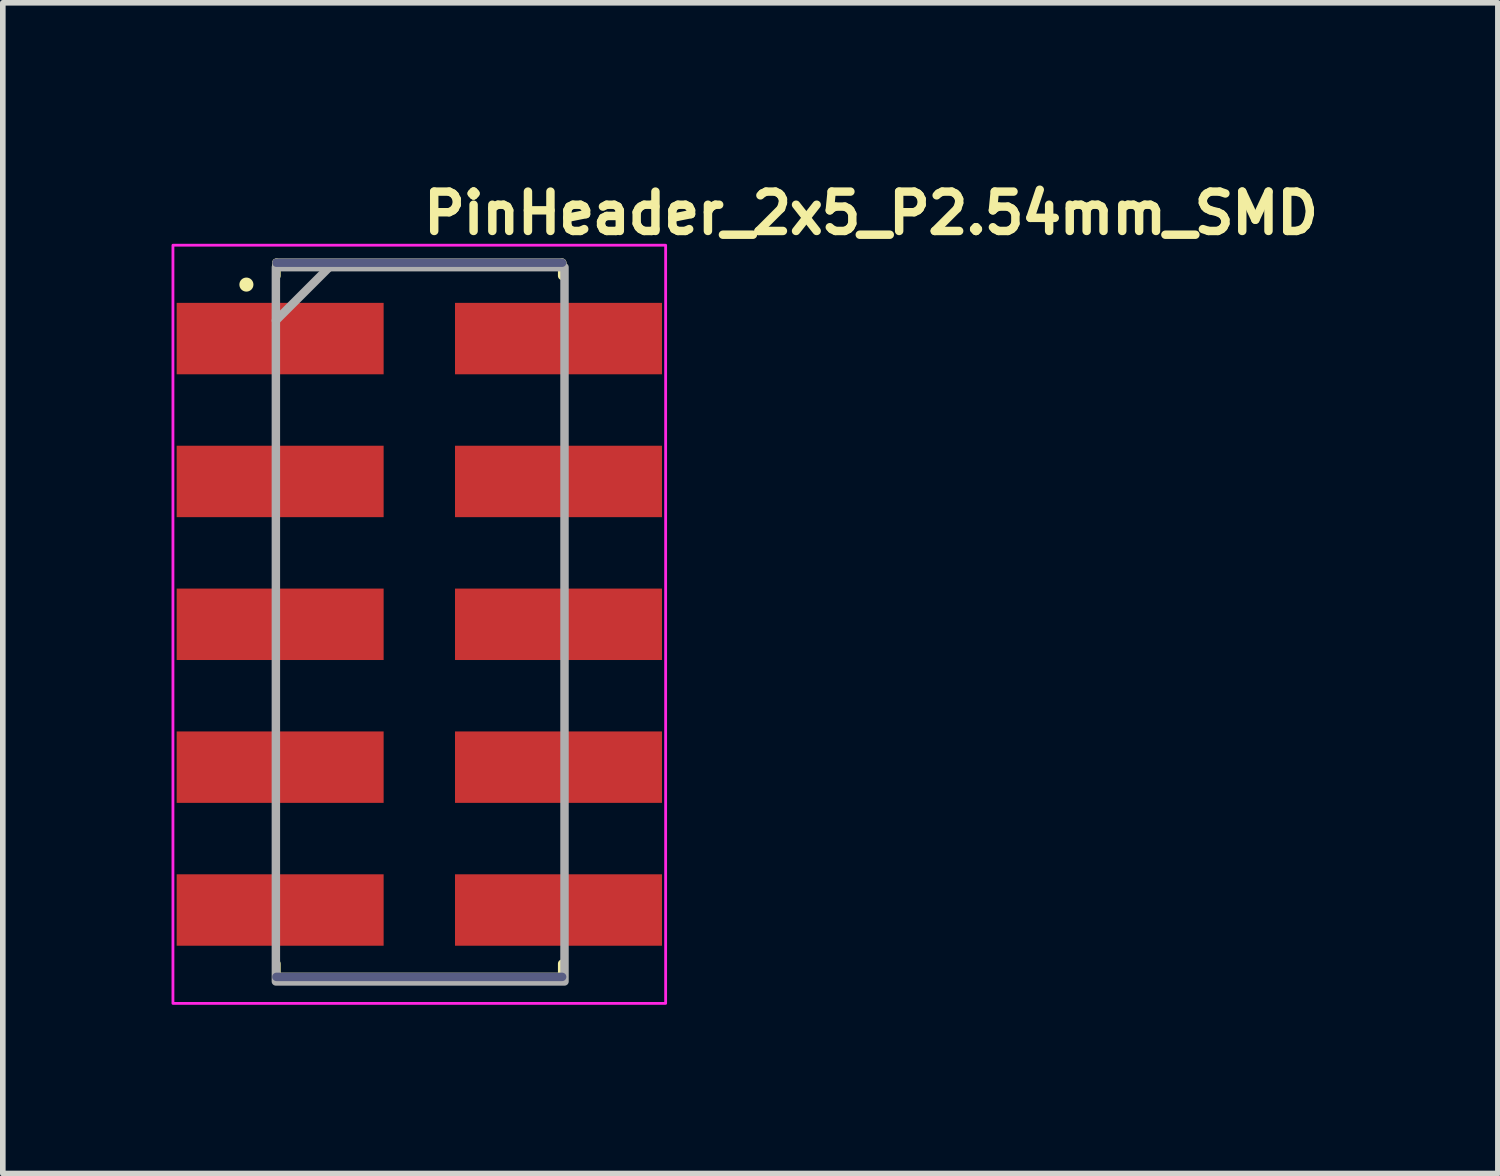
<source format=kicad_pcb>
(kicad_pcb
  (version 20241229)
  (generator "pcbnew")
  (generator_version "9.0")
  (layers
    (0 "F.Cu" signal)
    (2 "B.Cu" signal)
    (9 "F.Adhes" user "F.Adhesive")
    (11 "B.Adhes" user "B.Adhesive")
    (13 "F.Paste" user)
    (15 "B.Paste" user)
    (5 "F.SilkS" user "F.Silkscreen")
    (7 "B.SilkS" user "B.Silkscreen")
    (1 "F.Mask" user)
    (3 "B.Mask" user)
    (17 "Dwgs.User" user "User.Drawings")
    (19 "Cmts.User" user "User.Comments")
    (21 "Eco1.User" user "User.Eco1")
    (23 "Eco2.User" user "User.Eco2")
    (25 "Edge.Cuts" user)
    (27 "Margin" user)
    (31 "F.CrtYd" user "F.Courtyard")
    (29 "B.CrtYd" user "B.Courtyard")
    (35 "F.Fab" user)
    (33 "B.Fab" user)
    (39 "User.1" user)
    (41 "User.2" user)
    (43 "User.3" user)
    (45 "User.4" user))
  (footprint "PinHeader_2x5_P2.54mm_SMD"
    (layer "F.Cu")
    (at 4.405 8.05)
    (property "Reference" "PinHeader_2x5_P2.54mm_SMD" (at 0 -6.9 0) (unlocked yes) (layer "F.SilkS") (effects (font (size 0.7 0.7) (thickness 0.15)) (justify left bottom)))
    (attr smd)
    (fp_line (start -2.54 -6.429) (end -2.54 -6.195) (stroke (width 0.15) (type solid)) (layer "F.SilkS"))
    (fp_line (start -2.54 -6.429) (end 2.54 -6.429) (stroke (width 0.15) (type solid)) (layer "F.SilkS"))
    (fp_line (start -2.54 6.034) (end -2.54 6.269) (stroke (width 0.15) (type solid)) (layer "F.SilkS"))
    (fp_line (start -2.54 6.269) (end 2.54 6.269) (stroke (width 0.15) (type solid)) (layer "F.SilkS"))
    (fp_line (start 2.54 -6.429) (end 2.54 -6.195) (stroke (width 0.15) (type solid)) (layer "F.SilkS"))
    (fp_line (start 2.54 6.034) (end 2.54 6.269) (stroke (width 0.15) (type solid)) (layer "F.SilkS"))
    (fp_circle (center -3.074 -6.04) (end -3.074 -5.99) (stroke (width 0.15) (type solid)) (fill yes) (layer "F.SilkS"))
    (fp_line (start -0.499 -0.005) (end 0.499 -0.005) (stroke (width 0.1) (type solid)) (layer "Eco1.User"))
    (fp_line (start 0 -0.504) (end 0 0.494) (stroke (width 0.1) (type solid)) (layer "Eco1.User"))
    (fp_rect (start 4.38 -6.74) (end -4.38 6.74) (stroke (width 0.05) (type solid)) (fill no) (layer "F.CrtYd"))
    (fp_line (start -2.54 -6.429) (end 2.54 -6.429) (stroke (width 0.15) (type solid)) (layer "B.Fab"))
    (fp_line (start -2.54 6.269) (end 2.54 6.269) (stroke (width 0.15) (type solid)) (layer "B.Fab"))
    (fp_line (start -1.6 -6.35) (end -2.55 -5.4) (stroke (width 0.15) (type solid)) (layer "F.Fab"))
    (fp_rect (start 2.582 -6.349) (end -2.55 6.35) (stroke (width 0.15) (type solid)) (fill no) (layer "F.Fab"))
    (fp_rect (start 3.682 -6.349) (end -3.682 6.349) (stroke (width 0.1) (type solid)) (fill no) (layer "User.5"))
    (fp_line (start -3.682 -4.944) (end -3.682 -5.21) (stroke (width 0.02) (type solid)) (layer "User.9"))
    (fp_line (start -3.682 -4.944) (end -3.174 -4.759) (stroke (width 0.02) (type solid)) (layer "User.9"))
    (fp_line (start -3.682 -2.404) (end -3.682 -2.67) (stroke (width 0.02) (type solid)) (layer "User.9"))
    (fp_line (start -3.682 -2.404) (end -3.174 -2.219) (stroke (width 0.02) (type solid)) (layer "User.9"))
    (fp_line (start -3.682 0.135) (end -3.682 -0.13) (stroke (width 0.02) (type solid)) (layer "User.9"))
    (fp_line (start -3.682 0.135) (end -3.174 0.32) (stroke (width 0.02) (type solid)) (layer "User.9"))
    (fp_line (start -3.682 2.674) (end -3.682 2.408) (stroke (width 0.02) (type solid)) (layer "User.9"))
    (fp_line (start -3.682 2.674) (end -3.174 2.86) (stroke (width 0.02) (type solid)) (layer "User.9"))
    (fp_line (start -3.682 5.215) (end -3.682 4.949) (stroke (width 0.02) (type solid)) (layer "User.9"))
    (fp_line (start -3.682 5.215) (end -3.174 5.4) (stroke (width 0.02) (type solid)) (layer "User.9"))
    (fp_line (start -3.174 -5.394) (end -3.682 -5.21) (stroke (width 0.02) (type solid)) (layer "User.9"))
    (fp_line (start -3.174 -4.759) (end -3.174 -5.394) (stroke (width 0.02) (type solid)) (layer "User.9"))
    (fp_line (start -3.174 -2.854) (end -3.682 -2.67) (stroke (width 0.02) (type solid)) (layer "User.9"))
    (fp_line (start -3.174 -2.219) (end -3.174 -2.854) (stroke (width 0.02) (type solid)) (layer "User.9"))
    (fp_line (start -3.174 -0.314) (end -3.682 -0.13) (stroke (width 0.02) (type solid)) (layer "User.9"))
    (fp_line (start -3.174 0.32) (end -3.174 -0.314) (stroke (width 0.02) (type solid)) (layer "User.9"))
    (fp_line (start -3.174 2.225) (end -3.682 2.408) (stroke (width 0.02) (type solid)) (layer "User.9"))
    (fp_line (start -3.174 2.86) (end -3.174 2.225) (stroke (width 0.02) (type solid)) (layer "User.9"))
    (fp_line (start -3.174 4.765) (end -3.682 4.949) (stroke (width 0.02) (type solid)) (layer "User.9"))
    (fp_line (start -3.174 5.4) (end -3.174 4.765) (stroke (width 0.02) (type solid)) (layer "User.9"))
    (fp_line (start -2.54 -5.778) (end -2.54 -4.381) (stroke (width 0.02) (type solid)) (layer "User.9"))
    (fp_line (start -2.54 -5.778) (end -1.651 -6.159) (stroke (width 0.02) (type solid)) (layer "User.9"))
    (fp_line (start -2.54 -5.394) (end -3.174 -5.394) (stroke (width 0.02) (type solid)) (layer "User.9"))
    (fp_line (start -2.54 -4.759) (end -3.174 -4.759) (stroke (width 0.02) (type solid)) (layer "User.9"))
    (fp_line (start -2.54 -3.238) (end -2.54 -1.841) (stroke (width 0.02) (type solid)) (layer "User.9"))
    (fp_line (start -2.54 -3.238) (end -1.651 -3.619) (stroke (width 0.02) (type solid)) (layer "User.9"))
    (fp_line (start -2.54 -2.854) (end -3.174 -2.854) (stroke (width 0.02) (type solid)) (layer "User.9"))
    (fp_line (start -2.54 -2.219) (end -3.174 -2.219) (stroke (width 0.02) (type solid)) (layer "User.9"))
    (fp_line (start -2.54 -0.697) (end -2.54 0.698) (stroke (width 0.02) (type solid)) (layer "User.9"))
    (fp_line (start -2.54 -0.697) (end -1.651 -1.079) (stroke (width 0.02) (type solid)) (layer "User.9"))
    (fp_line (start -2.54 -0.314) (end -3.174 -0.314) (stroke (width 0.02) (type solid)) (layer "User.9"))
    (fp_line (start -2.54 0.32) (end -3.174 0.32) (stroke (width 0.02) (type solid)) (layer "User.9"))
    (fp_line (start -2.54 1.841) (end -2.54 3.238) (stroke (width 0.02) (type solid)) (layer "User.9"))
    (fp_line (start -2.54 1.841) (end -1.651 1.46) (stroke (width 0.02) (type solid)) (layer "User.9"))
    (fp_line (start -2.54 2.225) (end -3.174 2.225) (stroke (width 0.02) (type solid)) (layer "User.9"))
    (fp_line (start -2.54 2.86) (end -3.174 2.86) (stroke (width 0.02) (type solid)) (layer "User.9"))
    (fp_line (start -2.54 4.381) (end -2.54 5.778) (stroke (width 0.02) (type solid)) (layer "User.9"))
    (fp_line (start -2.54 4.381) (end -1.651 4) (stroke (width 0.02) (type solid)) (layer "User.9"))
    (fp_line (start -2.54 4.765) (end -3.174 4.765) (stroke (width 0.02) (type solid)) (layer "User.9"))
    (fp_line (start -2.54 5.4) (end -3.174 5.4) (stroke (width 0.02) (type solid)) (layer "User.9"))
    (fp_line (start -1.651 -6.159) (end -0.146 -6.159) (stroke (width 0.02) (type solid)) (layer "User.9"))
    (fp_line (start -1.651 -4) (end -2.54 -4.381) (stroke (width 0.02) (type solid)) (layer "User.9"))
    (fp_line (start -1.651 -3.619) (end -0.146 -3.619) (stroke (width 0.02) (type solid)) (layer "User.9"))
    (fp_line (start -1.651 -1.46) (end -2.54 -1.841) (stroke (width 0.02) (type solid)) (layer "User.9"))
    (fp_line (start -1.651 -1.079) (end -0.146 -1.079) (stroke (width 0.02) (type solid)) (layer "User.9"))
    (fp_line (start -1.651 1.079) (end -2.54 0.698) (stroke (width 0.02) (type solid)) (layer "User.9"))
    (fp_line (start -1.651 1.46) (end -0.146 1.46) (stroke (width 0.02) (type solid)) (layer "User.9"))
    (fp_line (start -1.651 3.619) (end -2.54 3.238) (stroke (width 0.02) (type solid)) (layer "User.9"))
    (fp_line (start -1.651 4) (end -0.146 4) (stroke (width 0.02) (type solid)) (layer "User.9"))
    (fp_line (start -1.651 6.159) (end -2.54 5.778) (stroke (width 0.02) (type solid)) (layer "User.9"))
    (fp_line (start -1.587 -5.394) (end -0.952 -5.394) (stroke (width 0.02) (type solid)) (layer "User.9"))
    (fp_line (start -1.587 -4.759) (end -1.587 -5.394) (stroke (width 0.02) (type solid)) (layer "User.9"))
    (fp_line (start -1.587 -4.759) (end -1.402 -4.944) (stroke (width 0.02) (type solid)) (layer "User.9"))
    (fp_line (start -1.587 -2.854) (end -0.952 -2.854) (stroke (width 0.02) (type solid)) (layer "User.9"))
    (fp_line (start -1.587 -2.219) (end -1.587 -2.854) (stroke (width 0.02) (type solid)) (layer "User.9"))
    (fp_line (start -1.587 -2.219) (end -1.402 -2.404) (stroke (width 0.02) (type solid)) (layer "User.9"))
    (fp_line (start -1.587 -0.314) (end -0.952 -0.314) (stroke (width 0.02) (type solid)) (layer "User.9"))
    (fp_line (start -1.587 0.32) (end -1.587 -0.314) (stroke (width 0.02) (type solid)) (layer "User.9"))
    (fp_line (start -1.587 0.32) (end -1.402 0.135) (stroke (width 0.02) (type solid)) (layer "User.9"))
    (fp_line (start -1.587 2.225) (end -0.952 2.225) (stroke (width 0.02) (type solid)) (layer "User.9"))
    (fp_line (start -1.587 2.86) (end -1.587 2.225) (stroke (width 0.02) (type solid)) (layer "User.9"))
    (fp_line (start -1.587 2.86) (end -1.402 2.674) (stroke (width 0.02) (type solid)) (layer "User.9"))
    (fp_line (start -1.587 4.765) (end -0.952 4.765) (stroke (width 0.02) (type solid)) (layer "User.9"))
    (fp_line (start -1.587 5.4) (end -1.587 4.765) (stroke (width 0.02) (type solid)) (layer "User.9"))
    (fp_line (start -1.587 5.4) (end -1.402 5.215) (stroke (width 0.02) (type solid)) (layer "User.9"))
    (fp_line (start -1.402 -5.21) (end -1.587 -5.394) (stroke (width 0.02) (type solid)) (layer "User.9"))
    (fp_line (start -1.402 -4.944) (end -1.402 -5.21) (stroke (width 0.02) (type solid)) (layer "User.9"))
    (fp_line (start -1.402 -4.944) (end -1.137 -4.944) (stroke (width 0.02) (type solid)) (layer "User.9"))
    (fp_line (start -1.402 -2.67) (end -1.587 -2.854) (stroke (width 0.02) (type solid)) (layer "User.9"))
    (fp_line (start -1.402 -2.404) (end -1.402 -2.67) (stroke (width 0.02) (type solid)) (layer "User.9"))
    (fp_line (start -1.402 -2.404) (end -1.137 -2.404) (stroke (width 0.02) (type solid)) (layer "User.9"))
    (fp_line (start -1.402 -0.13) (end -1.587 -0.314) (stroke (width 0.02) (type solid)) (layer "User.9"))
    (fp_line (start -1.402 0.135) (end -1.402 -0.13) (stroke (width 0.02) (type solid)) (layer "User.9"))
    (fp_line (start -1.402 0.135) (end -1.137 0.135) (stroke (width 0.02) (type solid)) (layer "User.9"))
    (fp_line (start -1.402 2.408) (end -1.587 2.225) (stroke (width 0.02) (type solid)) (layer "User.9"))
    (fp_line (start -1.402 2.674) (end -1.402 2.408) (stroke (width 0.02) (type solid)) (layer "User.9"))
    (fp_line (start -1.402 2.674) (end -1.137 2.674) (stroke (width 0.02) (type solid)) (layer "User.9"))
    (fp_line (start -1.402 4.949) (end -1.587 4.765) (stroke (width 0.02) (type solid)) (layer "User.9"))
    (fp_line (start -1.402 5.215) (end -1.402 4.949) (stroke (width 0.02) (type solid)) (layer "User.9"))
    (fp_line (start -1.402 5.215) (end -1.137 5.215) (stroke (width 0.02) (type solid)) (layer "User.9"))
    (fp_line (start -1.137 -5.21) (end -1.402 -5.21) (stroke (width 0.02) (type solid)) (layer "User.9"))
    (fp_line (start -1.137 -4.944) (end -1.137 -5.21) (stroke (width 0.02) (type solid)) (layer "User.9"))
    (fp_line (start -1.137 -4.944) (end -0.952 -4.759) (stroke (width 0.02) (type solid)) (layer "User.9"))
    (fp_line (start -1.137 -2.67) (end -1.402 -2.67) (stroke (width 0.02) (type solid)) (layer "User.9"))
    (fp_line (start -1.137 -2.404) (end -1.137 -2.67) (stroke (width 0.02) (type solid)) (layer "User.9"))
    (fp_line (start -1.137 -2.404) (end -0.952 -2.219) (stroke (width 0.02) (type solid)) (layer "User.9"))
    (fp_line (start -1.137 -0.13) (end -1.402 -0.13) (stroke (width 0.02) (type solid)) (layer "User.9"))
    (fp_line (start -1.137 0.135) (end -1.137 -0.13) (stroke (width 0.02) (type solid)) (layer "User.9"))
    (fp_line (start -1.137 0.135) (end -0.952 0.32) (stroke (width 0.02) (type solid)) (layer "User.9"))
    (fp_line (start -1.137 2.408) (end -1.402 2.408) (stroke (width 0.02) (type solid)) (layer "User.9"))
    (fp_line (start -1.137 2.674) (end -1.137 2.408) (stroke (width 0.02) (type solid)) (layer "User.9"))
    (fp_line (start -1.137 2.674) (end -0.952 2.86) (stroke (width 0.02) (type solid)) (layer "User.9"))
    (fp_line (start -1.137 4.949) (end -1.402 4.949) (stroke (width 0.02) (type solid)) (layer "User.9"))
    (fp_line (start -1.137 5.215) (end -1.137 4.949) (stroke (width 0.02) (type solid)) (layer "User.9"))
    (fp_line (start -1.137 5.215) (end -0.952 5.4) (stroke (width 0.02) (type solid)) (layer "User.9"))
    (fp_line (start -0.952 -5.394) (end -1.137 -5.21) (stroke (width 0.02) (type solid)) (layer "User.9"))
    (fp_line (start -0.952 -4.759) (end -1.587 -4.759) (stroke (width 0.02) (type solid)) (layer "User.9"))
    (fp_line (start -0.952 -4.759) (end -0.952 -5.394) (stroke (width 0.02) (type solid)) (layer "User.9"))
    (fp_line (start -0.952 -2.854) (end -1.137 -2.67) (stroke (width 0.02) (type solid)) (layer "User.9"))
    (fp_line (start -0.952 -2.219) (end -1.587 -2.219) (stroke (width 0.02) (type solid)) (layer "User.9"))
    (fp_line (start -0.952 -2.219) (end -0.952 -2.854) (stroke (width 0.02) (type solid)) (layer "User.9"))
    (fp_line (start -0.952 -0.314) (end -1.137 -0.13) (stroke (width 0.02) (type solid)) (layer "User.9"))
    (fp_line (start -0.952 0.32) (end -1.587 0.32) (stroke (width 0.02) (type solid)) (layer "User.9"))
    (fp_line (start -0.952 0.32) (end -0.952 -0.314) (stroke (width 0.02) (type solid)) (layer "User.9"))
    (fp_line (start -0.952 2.225) (end -1.137 2.408) (stroke (width 0.02) (type solid)) (layer "User.9"))
    (fp_line (start -0.952 2.86) (end -1.587 2.86) (stroke (width 0.02) (type solid)) (layer "User.9"))
    (fp_line (start -0.952 2.86) (end -0.952 2.225) (stroke (width 0.02) (type solid)) (layer "User.9"))
    (fp_line (start -0.952 4.765) (end -1.137 4.949) (stroke (width 0.02) (type solid)) (layer "User.9"))
    (fp_line (start -0.952 5.4) (end -1.587 5.4) (stroke (width 0.02) (type solid)) (layer "User.9"))
    (fp_line (start -0.952 5.4) (end -0.952 4.765) (stroke (width 0.02) (type solid)) (layer "User.9"))
    (fp_line (start -0.762 -6.349) (end -0.762 -6.159) (stroke (width 0.02) (type solid)) (layer "User.9"))
    (fp_line (start -0.762 -4) (end -0.762 -3.619) (stroke (width 0.02) (type solid)) (layer "User.9"))
    (fp_line (start -0.762 -1.46) (end -0.762 -1.079) (stroke (width 0.02) (type solid)) (layer "User.9"))
    (fp_line (start -0.762 1.079) (end -0.762 1.46) (stroke (width 0.02) (type solid)) (layer "User.9"))
    (fp_line (start -0.762 3.619) (end -0.762 4) (stroke (width 0.02) (type solid)) (layer "User.9"))
    (fp_line (start -0.762 6.159) (end -0.762 6.349) (stroke (width 0.02) (type solid)) (layer "User.9"))
    (fp_line (start -0.762 6.349) (end 0.762 6.349) (stroke (width 0.02) (type solid)) (layer "User.9"))
    (fp_line (start -0.146 -6.159) (end -0.146 -5.715) (stroke (width 0.02) (type solid)) (layer "User.9"))
    (fp_line (start -0.146 -5.715) (end 0.146 -5.715) (stroke (width 0.02) (type solid)) (layer "User.9"))
    (fp_line (start -0.146 -4.445) (end -0.146 -4) (stroke (width 0.02) (type solid)) (layer "User.9"))
    (fp_line (start -0.146 -4) (end -1.651 -4) (stroke (width 0.02) (type solid)) (layer "User.9"))
    (fp_line (start -0.146 -3.619) (end -0.146 -3.175) (stroke (width 0.02) (type solid)) (layer "User.9"))
    (fp_line (start -0.146 -3.175) (end 0.146 -3.175) (stroke (width 0.02) (type solid)) (layer "User.9"))
    (fp_line (start -0.146 -1.905) (end -0.146 -1.46) (stroke (width 0.02) (type solid)) (layer "User.9"))
    (fp_line (start -0.146 -1.46) (end -1.651 -1.46) (stroke (width 0.02) (type solid)) (layer "User.9"))
    (fp_line (start -0.146 -1.079) (end -0.146 -0.635) (stroke (width 0.02) (type solid)) (layer "User.9"))
    (fp_line (start -0.146 -0.635) (end 0.146 -0.635) (stroke (width 0.02) (type solid)) (layer "User.9"))
    (fp_line (start -0.146 0.635) (end -0.146 1.079) (stroke (width 0.02) (type solid)) (layer "User.9"))
    (fp_line (start -0.146 1.079) (end -1.651 1.079) (stroke (width 0.02) (type solid)) (layer "User.9"))
    (fp_line (start -0.146 1.46) (end -0.146 1.905) (stroke (width 0.02) (type solid)) (layer "User.9"))
    (fp_line (start -0.146 1.905) (end 0.146 1.905) (stroke (width 0.02) (type solid)) (layer "User.9"))
    (fp_line (start -0.146 3.174) (end -0.146 3.619) (stroke (width 0.02) (type solid)) (layer "User.9"))
    (fp_line (start -0.146 3.619) (end -1.651 3.619) (stroke (width 0.02) (type solid)) (layer "User.9"))
    (fp_line (start -0.146 4) (end -0.146 4.445) (stroke (width 0.02) (type solid)) (layer "User.9"))
    (fp_line (start -0.146 4.445) (end 0.146 4.445) (stroke (width 0.02) (type solid)) (layer "User.9"))
    (fp_line (start -0.146 5.715) (end -0.146 6.159) (stroke (width 0.02) (type solid)) (layer "User.9"))
    (fp_line (start -0.146 6.159) (end -1.651 6.159) (stroke (width 0.02) (type solid)) (layer "User.9"))
    (fp_line (start 0.146 -6.159) (end 1.651 -6.159) (stroke (width 0.02) (type solid)) (layer "User.9"))
    (fp_line (start 0.146 -5.715) (end 0.146 -6.159) (stroke (width 0.02) (type solid)) (layer "User.9"))
    (fp_line (start 0.146 -4.445) (end -0.146 -4.445) (stroke (width 0.02) (type solid)) (layer "User.9"))
    (fp_line (start 0.146 -4) (end 0.146 -4.445) (stroke (width 0.02) (type solid)) (layer "User.9"))
    (fp_line (start 0.146 -3.619) (end 1.651 -3.619) (stroke (width 0.02) (type solid)) (layer "User.9"))
    (fp_line (start 0.146 -3.175) (end 0.146 -3.619) (stroke (width 0.02) (type solid)) (layer "User.9"))
    (fp_line (start 0.146 -1.905) (end -0.146 -1.905) (stroke (width 0.02) (type solid)) (layer "User.9"))
    (fp_line (start 0.146 -1.46) (end 0.146 -1.905) (stroke (width 0.02) (type solid)) (layer "User.9"))
    (fp_line (start 0.146 -1.079) (end 1.651 -1.079) (stroke (width 0.02) (type solid)) (layer "User.9"))
    (fp_line (start 0.146 -0.635) (end 0.146 -1.079) (stroke (width 0.02) (type solid)) (layer "User.9"))
    (fp_line (start 0.146 0.635) (end -0.146 0.635) (stroke (width 0.02) (type solid)) (layer "User.9"))
    (fp_line (start 0.146 1.079) (end 0.146 0.635) (stroke (width 0.02) (type solid)) (layer "User.9"))
    (fp_line (start 0.146 1.46) (end 1.651 1.46) (stroke (width 0.02) (type solid)) (layer "User.9"))
    (fp_line (start 0.146 1.905) (end 0.146 1.46) (stroke (width 0.02) (type solid)) (layer "User.9"))
    (fp_line (start 0.146 3.174) (end -0.146 3.174) (stroke (width 0.02) (type solid)) (layer "User.9"))
    (fp_line (start 0.146 3.619) (end 0.146 3.174) (stroke (width 0.02) (type solid)) (layer "User.9"))
    (fp_line (start 0.146 4) (end 1.651 4) (stroke (width 0.02) (type solid)) (layer "User.9"))
    (fp_line (start 0.146 4.445) (end 0.146 4) (stroke (width 0.02) (type solid)) (layer "User.9"))
    (fp_line (start 0.146 5.715) (end -0.146 5.715) (stroke (width 0.02) (type solid)) (layer "User.9"))
    (fp_line (start 0.146 6.159) (end 0.146 5.715) (stroke (width 0.02) (type solid)) (layer "User.9"))
    (fp_line (start 0.762 -6.349) (end -0.762 -6.349) (stroke (width 0.02) (type solid)) (layer "User.9"))
    (fp_line (start 0.762 -6.159) (end 0.762 -6.349) (stroke (width 0.02) (type solid)) (layer "User.9"))
    (fp_line (start 0.762 -3.619) (end 0.762 -4) (stroke (width 0.02) (type solid)) (layer "User.9"))
    (fp_line (start 0.762 -1.079) (end 0.762 -1.46) (stroke (width 0.02) (type solid)) (layer "User.9"))
    (fp_line (start 0.762 1.46) (end 0.762 1.079) (stroke (width 0.02) (type solid)) (layer "User.9"))
    (fp_line (start 0.762 4) (end 0.762 3.619) (stroke (width 0.02) (type solid)) (layer "User.9"))
    (fp_line (start 0.762 6.349) (end 0.762 6.159) (stroke (width 0.02) (type solid)) (layer "User.9"))
    (fp_line (start 0.952 -5.397) (end 1.587 -5.397) (stroke (width 0.02) (type solid)) (layer "User.9"))
    (fp_line (start 0.952 -4.762) (end 0.952 -5.397) (stroke (width 0.02) (type solid)) (layer "User.9"))
    (fp_line (start 0.952 -4.762) (end 1.137 -4.947) (stroke (width 0.02) (type solid)) (layer "User.9"))
    (fp_line (start 0.952 -2.857) (end 1.587 -2.857) (stroke (width 0.02) (type solid)) (layer "User.9"))
    (fp_line (start 0.952 -2.222) (end 0.952 -2.857) (stroke (width 0.02) (type solid)) (layer "User.9"))
    (fp_line (start 0.952 -2.222) (end 1.137 -2.407) (stroke (width 0.02) (type solid)) (layer "User.9"))
    (fp_line (start 0.952 -0.317) (end 1.587 -0.317) (stroke (width 0.02) (type solid)) (layer "User.9"))
    (fp_line (start 0.952 0.317) (end 0.952 -0.317) (stroke (width 0.02) (type solid)) (layer "User.9"))
    (fp_line (start 0.952 0.317) (end 1.137 0.132) (stroke (width 0.02) (type solid)) (layer "User.9"))
    (fp_line (start 0.952 2.222) (end 1.587 2.222) (stroke (width 0.02) (type solid)) (layer "User.9"))
    (fp_line (start 0.952 2.857) (end 0.952 2.222) (stroke (width 0.02) (type solid)) (layer "User.9"))
    (fp_line (start 0.952 2.857) (end 1.137 2.672) (stroke (width 0.02) (type solid)) (layer "User.9"))
    (fp_line (start 0.952 4.762) (end 1.587 4.762) (stroke (width 0.02) (type solid)) (layer "User.9"))
    (fp_line (start 0.952 5.397) (end 0.952 4.762) (stroke (width 0.02) (type solid)) (layer "User.9"))
    (fp_line (start 0.952 5.397) (end 1.137 5.212) (stroke (width 0.02) (type solid)) (layer "User.9"))
    (fp_line (start 1.137 -5.212) (end 0.952 -5.397) (stroke (width 0.02) (type solid)) (layer "User.9"))
    (fp_line (start 1.137 -4.947) (end 1.137 -5.212) (stroke (width 0.02) (type solid)) (layer "User.9"))
    (fp_line (start 1.137 -4.947) (end 1.402 -4.947) (stroke (width 0.02) (type solid)) (layer "User.9"))
    (fp_line (start 1.137 -2.672) (end 0.952 -2.857) (stroke (width 0.02) (type solid)) (layer "User.9"))
    (fp_line (start 1.137 -2.407) (end 1.137 -2.672) (stroke (width 0.02) (type solid)) (layer "User.9"))
    (fp_line (start 1.137 -2.407) (end 1.402 -2.407) (stroke (width 0.02) (type solid)) (layer "User.9"))
    (fp_line (start 1.137 -0.132) (end 0.952 -0.317) (stroke (width 0.02) (type solid)) (layer "User.9"))
    (fp_line (start 1.137 0.132) (end 1.137 -0.132) (stroke (width 0.02) (type solid)) (layer "User.9"))
    (fp_line (start 1.137 0.132) (end 1.402 0.132) (stroke (width 0.02) (type solid)) (layer "User.9"))
    (fp_line (start 1.137 2.407) (end 0.952 2.222) (stroke (width 0.02) (type solid)) (layer "User.9"))
    (fp_line (start 1.137 2.672) (end 1.137 2.407) (stroke (width 0.02) (type solid)) (layer "User.9"))
    (fp_line (start 1.137 2.672) (end 1.402 2.672) (stroke (width 0.02) (type solid)) (layer "User.9"))
    (fp_line (start 1.137 4.947) (end 0.952 4.762) (stroke (width 0.02) (type solid)) (layer "User.9"))
    (fp_line (start 1.137 5.212) (end 1.137 4.947) (stroke (width 0.02) (type solid)) (layer "User.9"))
    (fp_line (start 1.137 5.212) (end 1.402 5.212) (stroke (width 0.02) (type solid)) (layer "User.9"))
    (fp_line (start 1.402 -5.212) (end 1.137 -5.212) (stroke (width 0.02) (type solid)) (layer "User.9"))
    (fp_line (start 1.402 -4.947) (end 1.402 -5.212) (stroke (width 0.02) (type solid)) (layer "User.9"))
    (fp_line (start 1.402 -4.947) (end 1.587 -4.762) (stroke (width 0.02) (type solid)) (layer "User.9"))
    (fp_line (start 1.402 -2.672) (end 1.137 -2.672) (stroke (width 0.02) (type solid)) (layer "User.9"))
    (fp_line (start 1.402 -2.407) (end 1.402 -2.672) (stroke (width 0.02) (type solid)) (layer "User.9"))
    (fp_line (start 1.402 -2.407) (end 1.587 -2.222) (stroke (width 0.02) (type solid)) (layer "User.9"))
    (fp_line (start 1.402 -0.132) (end 1.137 -0.132) (stroke (width 0.02) (type solid)) (layer "User.9"))
    (fp_line (start 1.402 0.132) (end 1.402 -0.132) (stroke (width 0.02) (type solid)) (layer "User.9"))
    (fp_line (start 1.402 0.132) (end 1.587 0.317) (stroke (width 0.02) (type solid)) (layer "User.9"))
    (fp_line (start 1.402 2.407) (end 1.137 2.407) (stroke (width 0.02) (type solid)) (layer "User.9"))
    (fp_line (start 1.402 2.672) (end 1.402 2.407) (stroke (width 0.02) (type solid)) (layer "User.9"))
    (fp_line (start 1.402 2.672) (end 1.587 2.857) (stroke (width 0.02) (type solid)) (layer "User.9"))
    (fp_line (start 1.402 4.947) (end 1.137 4.947) (stroke (width 0.02) (type solid)) (layer "User.9"))
    (fp_line (start 1.402 5.212) (end 1.402 4.947) (stroke (width 0.02) (type solid)) (layer "User.9"))
    (fp_line (start 1.402 5.212) (end 1.587 5.397) (stroke (width 0.02) (type solid)) (layer "User.9"))
    (fp_line (start 1.587 -5.397) (end 1.402 -5.212) (stroke (width 0.02) (type solid)) (layer "User.9"))
    (fp_line (start 1.587 -4.762) (end 0.952 -4.762) (stroke (width 0.02) (type solid)) (layer "User.9"))
    (fp_line (start 1.587 -4.762) (end 1.587 -5.397) (stroke (width 0.02) (type solid)) (layer "User.9"))
    (fp_line (start 1.587 -2.857) (end 1.402 -2.672) (stroke (width 0.02) (type solid)) (layer "User.9"))
    (fp_line (start 1.587 -2.222) (end 0.952 -2.222) (stroke (width 0.02) (type solid)) (layer "User.9"))
    (fp_line (start 1.587 -2.222) (end 1.587 -2.857) (stroke (width 0.02) (type solid)) (layer "User.9"))
    (fp_line (start 1.587 -0.317) (end 1.402 -0.132) (stroke (width 0.02) (type solid)) (layer "User.9"))
    (fp_line (start 1.587 0.317) (end 0.952 0.317) (stroke (width 0.02) (type solid)) (layer "User.9"))
    (fp_line (start 1.587 0.317) (end 1.587 -0.317) (stroke (width 0.02) (type solid)) (layer "User.9"))
    (fp_line (start 1.587 2.222) (end 1.402 2.407) (stroke (width 0.02) (type solid)) (layer "User.9"))
    (fp_line (start 1.587 2.857) (end 0.952 2.857) (stroke (width 0.02) (type solid)) (layer "User.9"))
    (fp_line (start 1.587 2.857) (end 1.587 2.222) (stroke (width 0.02) (type solid)) (layer "User.9"))
    (fp_line (start 1.587 4.762) (end 1.402 4.947) (stroke (width 0.02) (type solid)) (layer "User.9"))
    (fp_line (start 1.587 5.397) (end 0.952 5.397) (stroke (width 0.02) (type solid)) (layer "User.9"))
    (fp_line (start 1.587 5.397) (end 1.587 4.762) (stroke (width 0.02) (type solid)) (layer "User.9"))
    (fp_line (start 1.651 -6.159) (end 2.54 -5.778) (stroke (width 0.02) (type solid)) (layer "User.9"))
    (fp_line (start 1.651 -4) (end 0.146 -4) (stroke (width 0.02) (type solid)) (layer "User.9"))
    (fp_line (start 1.651 -3.619) (end 2.54 -3.238) (stroke (width 0.02) (type solid)) (layer "User.9"))
    (fp_line (start 1.651 -1.46) (end 0.146 -1.46) (stroke (width 0.02) (type solid)) (layer "User.9"))
    (fp_line (start 1.651 -1.079) (end 2.54 -0.697) (stroke (width 0.02) (type solid)) (layer "User.9"))
    (fp_line (start 1.651 1.079) (end 0.146 1.079) (stroke (width 0.02) (type solid)) (layer "User.9"))
    (fp_line (start 1.651 1.46) (end 2.54 1.841) (stroke (width 0.02) (type solid)) (layer "User.9"))
    (fp_line (start 1.651 3.619) (end 0.146 3.619) (stroke (width 0.02) (type solid)) (layer "User.9"))
    (fp_line (start 1.651 4) (end 2.54 4.381) (stroke (width 0.02) (type solid)) (layer "User.9"))
    (fp_line (start 1.651 6.159) (end 0.146 6.159) (stroke (width 0.02) (type solid)) (layer "User.9"))
    (fp_line (start 2.54 -5.778) (end 2.54 -4.381) (stroke (width 0.02) (type solid)) (layer "User.9"))
    (fp_line (start 2.54 -4.381) (end 1.651 -4) (stroke (width 0.02) (type solid)) (layer "User.9"))
    (fp_line (start 2.54 -3.238) (end 2.54 -1.841) (stroke (width 0.02) (type solid)) (layer "User.9"))
    (fp_line (start 2.54 -1.841) (end 1.651 -1.46) (stroke (width 0.02) (type solid)) (layer "User.9"))
    (fp_line (start 2.54 -0.697) (end 2.54 0.698) (stroke (width 0.02) (type solid)) (layer "User.9"))
    (fp_line (start 2.54 0.698) (end 1.651 1.079) (stroke (width 0.02) (type solid)) (layer "User.9"))
    (fp_line (start 2.54 1.841) (end 2.54 3.238) (stroke (width 0.02) (type solid)) (layer "User.9"))
    (fp_line (start 2.54 3.238) (end 1.651 3.619) (stroke (width 0.02) (type solid)) (layer "User.9"))
    (fp_line (start 2.54 4.381) (end 2.54 5.778) (stroke (width 0.02) (type solid)) (layer "User.9"))
    (fp_line (start 2.54 5.778) (end 1.651 6.159) (stroke (width 0.02) (type solid)) (layer "User.9"))
    (fp_line (start 3.174 -5.397) (end 2.54 -5.397) (stroke (width 0.02) (type solid)) (layer "User.9"))
    (fp_line (start 3.174 -4.762) (end 2.54 -4.762) (stroke (width 0.02) (type solid)) (layer "User.9"))
    (fp_line (start 3.174 -4.762) (end 3.174 -5.397) (stroke (width 0.02) (type solid)) (layer "User.9"))
    (fp_line (start 3.174 -4.762) (end 3.682 -4.947) (stroke (width 0.02) (type solid)) (layer "User.9"))
    (fp_line (start 3.174 -2.857) (end 2.54 -2.857) (stroke (width 0.02) (type solid)) (layer "User.9"))
    (fp_line (start 3.174 -2.222) (end 2.54 -2.222) (stroke (width 0.02) (type solid)) (layer "User.9"))
    (fp_line (start 3.174 -2.222) (end 3.174 -2.857) (stroke (width 0.02) (type solid)) (layer "User.9"))
    (fp_line (start 3.174 -2.222) (end 3.682 -2.407) (stroke (width 0.02) (type solid)) (layer "User.9"))
    (fp_line (start 3.174 -0.317) (end 2.54 -0.317) (stroke (width 0.02) (type solid)) (layer "User.9"))
    (fp_line (start 3.174 0.317) (end 2.54 0.317) (stroke (width 0.02) (type solid)) (layer "User.9"))
    (fp_line (start 3.174 0.317) (end 3.174 -0.317) (stroke (width 0.02) (type solid)) (layer "User.9"))
    (fp_line (start 3.174 0.317) (end 3.682 0.132) (stroke (width 0.02) (type solid)) (layer "User.9"))
    (fp_line (start 3.174 2.222) (end 2.54 2.222) (stroke (width 0.02) (type solid)) (layer "User.9"))
    (fp_line (start 3.174 2.857) (end 2.54 2.857) (stroke (width 0.02) (type solid)) (layer "User.9"))
    (fp_line (start 3.174 2.857) (end 3.174 2.222) (stroke (width 0.02) (type solid)) (layer "User.9"))
    (fp_line (start 3.174 2.857) (end 3.682 2.672) (stroke (width 0.02) (type solid)) (layer "User.9"))
    (fp_line (start 3.174 4.762) (end 2.54 4.762) (stroke (width 0.02) (type solid)) (layer "User.9"))
    (fp_line (start 3.174 5.397) (end 2.54 5.397) (stroke (width 0.02) (type solid)) (layer "User.9"))
    (fp_line (start 3.174 5.397) (end 3.174 4.762) (stroke (width 0.02) (type solid)) (layer "User.9"))
    (fp_line (start 3.174 5.397) (end 3.682 5.212) (stroke (width 0.02) (type solid)) (layer "User.9"))
    (fp_line (start 3.682 -5.212) (end 3.174 -5.397) (stroke (width 0.02) (type solid)) (layer "User.9"))
    (fp_line (start 3.682 -4.947) (end 3.682 -5.212) (stroke (width 0.02) (type solid)) (layer "User.9"))
    (fp_line (start 3.682 -2.672) (end 3.174 -2.857) (stroke (width 0.02) (type solid)) (layer "User.9"))
    (fp_line (start 3.682 -2.407) (end 3.682 -2.672) (stroke (width 0.02) (type solid)) (layer "User.9"))
    (fp_line (start 3.682 -0.132) (end 3.174 -0.317) (stroke (width 0.02) (type solid)) (layer "User.9"))
    (fp_line (start 3.682 0.132) (end 3.682 -0.132) (stroke (width 0.02) (type solid)) (layer "User.9"))
    (fp_line (start 3.682 2.407) (end 3.174 2.222) (stroke (width 0.02) (type solid)) (layer "User.9"))
    (fp_line (start 3.682 2.672) (end 3.682 2.407) (stroke (width 0.02) (type solid)) (layer "User.9"))
    (fp_line (start 3.682 4.947) (end 3.174 4.762) (stroke (width 0.02) (type solid)) (layer "User.9"))
    (fp_line (start 3.682 5.212) (end 3.682 4.947) (stroke (width 0.02) (type solid)) (layer "User.9"))
    (pad "1" smd rect (at -2.474 -5.08 270) (size 1.27 3.68) (layers "F.Cu" "F.Mask" "F.Paste"))
    (pad "2" smd rect (at 2.475 -5.08 270) (size 1.27 3.68) (layers "F.Cu" "F.Mask" "F.Paste"))
    (pad "3" smd rect (at -2.474 -2.54 270) (size 1.27 3.68) (layers "F.Cu" "F.Mask" "F.Paste"))
    (pad "4" smd rect (at 2.475 -2.54 270) (size 1.27 3.68) (layers "F.Cu" "F.Mask" "F.Paste"))
    (pad "5" smd rect (at -2.474 0 270) (size 1.27 3.68) (layers "F.Cu" "F.Mask" "F.Paste"))
    (pad "6" smd rect (at 2.475 0 270) (size 1.27 3.68) (layers "F.Cu" "F.Mask" "F.Paste"))
    (pad "7" smd rect (at -2.474 2.54 270) (size 1.27 3.68) (layers "F.Cu" "F.Mask" "F.Paste"))
    (pad "8" smd rect (at 2.475 2.54 270) (size 1.27 3.68) (layers "F.Cu" "F.Mask" "F.Paste"))
    (pad "9" smd rect (at -2.474 5.08 270) (size 1.27 3.68) (layers "F.Cu" "F.Mask" "F.Paste"))
    (pad "10" smd rect (at 2.475 5.08 270) (size 1.27 3.68) (layers "F.Cu" "F.Mask" "F.Paste")))
  (gr_rect
    (start -3 -3)
    (end 23.582 17.815)
    (stroke (width 0.1) (type default))
    (fill no)
    (layer "Edge.Cuts")))
</source>
